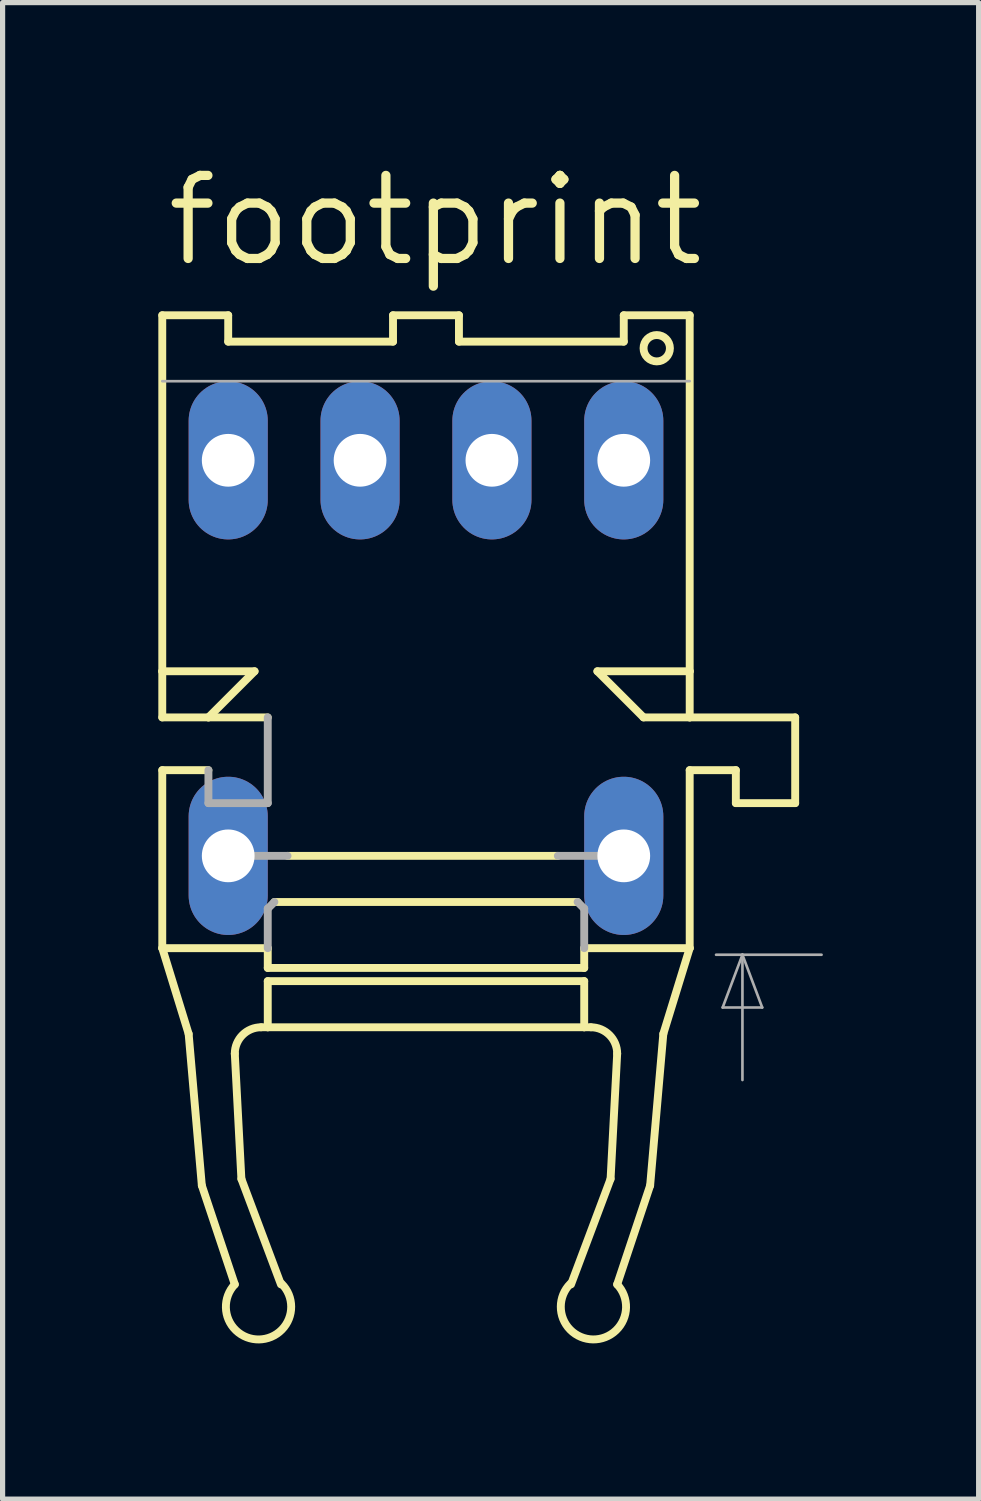
<source format=kicad_pcb>
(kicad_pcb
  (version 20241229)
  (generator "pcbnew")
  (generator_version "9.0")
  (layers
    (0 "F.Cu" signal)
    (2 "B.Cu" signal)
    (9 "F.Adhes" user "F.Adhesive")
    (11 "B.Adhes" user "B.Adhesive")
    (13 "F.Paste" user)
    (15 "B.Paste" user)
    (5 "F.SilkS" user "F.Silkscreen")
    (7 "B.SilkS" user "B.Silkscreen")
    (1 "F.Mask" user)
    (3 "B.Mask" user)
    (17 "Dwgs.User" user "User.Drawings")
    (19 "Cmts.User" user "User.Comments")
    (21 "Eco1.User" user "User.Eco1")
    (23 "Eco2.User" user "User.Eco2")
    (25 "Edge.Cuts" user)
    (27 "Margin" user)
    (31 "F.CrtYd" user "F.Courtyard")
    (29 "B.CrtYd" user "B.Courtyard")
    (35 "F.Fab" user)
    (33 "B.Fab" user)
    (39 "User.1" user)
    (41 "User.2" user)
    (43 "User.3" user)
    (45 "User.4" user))
  (footprint "footprint"
    (layer "F.Cu")
    (at 5.156 15.342)
    (property "Reference" "footprint" (at -5.08 -13.208 0) (layer "F.SilkS") (effects (font (size 1.6 1.6) (thickness 0.178)) (justify left bottom)))
    (fp_line (start -5.08 -12.319) (end -5.08 -5.461) (stroke (width 0.152) (type solid)) (layer "F.SilkS"))
    (fp_line (start -5.08 -12.319) (end -3.81 -12.319) (stroke (width 0.152) (type solid)) (layer "F.SilkS"))
    (fp_line (start -5.08 -5.461) (end -5.08 -4.572) (stroke (width 0.152) (type solid)) (layer "F.SilkS"))
    (fp_line (start -5.08 -5.461) (end -3.302 -5.461) (stroke (width 0.152) (type solid)) (layer "F.SilkS"))
    (fp_line (start -5.08 -4.572) (end -4.191 -4.572) (stroke (width 0.152) (type solid)) (layer "F.SilkS"))
    (fp_line (start -5.08 -3.556) (end -5.08 -0.127) (stroke (width 0.152) (type solid)) (layer "F.SilkS"))
    (fp_line (start -5.08 -0.127) (end -4.572 1.524) (stroke (width 0.152) (type solid)) (layer "F.SilkS"))
    (fp_line (start -4.572 1.524) (end -4.318 4.445) (stroke (width 0.152) (type solid)) (layer "F.SilkS"))
    (fp_line (start -4.318 4.445) (end -3.683 6.35) (stroke (width 0.152) (type solid)) (layer "F.SilkS"))
    (fp_line (start -4.191 -4.572) (end -3.048 -4.572) (stroke (width 0.152) (type solid)) (layer "F.SilkS"))
    (fp_line (start -4.191 -3.556) (end -5.08 -3.556) (stroke (width 0.152) (type solid)) (layer "F.SilkS"))
    (fp_line (start -3.81 -11.811) (end -3.81 -12.319) (stroke (width 0.152) (type solid)) (layer "F.SilkS"))
    (fp_line (start -3.81 -11.811) (end -0.635 -11.811) (stroke (width 0.152) (type solid)) (layer "F.SilkS"))
    (fp_line (start -3.556 4.318) (end -3.683 1.905) (stroke (width 0.152) (type solid)) (layer "F.SilkS"))
    (fp_line (start -3.302 -5.461) (end -4.191 -4.572) (stroke (width 0.152) (type solid)) (layer "F.SilkS"))
    (fp_line (start -3.048 -0.127) (end -5.08 -0.127) (stroke (width 0.152) (type solid)) (layer "F.SilkS"))
    (fp_line (start -3.048 -0.127) (end -3.048 0.254) (stroke (width 0.152) (type solid)) (layer "F.SilkS"))
    (fp_line (start -3.048 0.508) (end 3.048 0.508) (stroke (width 0.152) (type solid)) (layer "F.SilkS"))
    (fp_line (start -3.048 1.397) (end -3.175 1.397) (stroke (width 0.152) (type solid)) (layer "F.SilkS"))
    (fp_line (start -3.048 1.397) (end -3.048 0.508) (stroke (width 0.152) (type solid)) (layer "F.SilkS"))
    (fp_line (start -2.921 -1.016) (end 2.921 -1.016) (stroke (width 0.152) (type solid)) (layer "F.SilkS"))
    (fp_line (start -2.794 6.35) (end -3.556 4.318) (stroke (width 0.152) (type solid)) (layer "F.SilkS"))
    (fp_line (start -2.667 -1.905) (end 2.54 -1.905) (stroke (width 0.152) (type solid)) (layer "F.SilkS"))
    (fp_line (start -0.635 -12.319) (end -0.635 -11.811) (stroke (width 0.152) (type solid)) (layer "F.SilkS"))
    (fp_line (start -0.635 -12.319) (end 0.635 -12.319) (stroke (width 0.152) (type solid)) (layer "F.SilkS"))
    (fp_line (start 0.635 -12.319) (end 0.635 -11.811) (stroke (width 0.152) (type solid)) (layer "F.SilkS"))
    (fp_line (start 0.635 -11.811) (end 3.81 -11.811) (stroke (width 0.152) (type solid)) (layer "F.SilkS"))
    (fp_line (start 2.794 6.35) (end 3.556 4.318) (stroke (width 0.152) (type solid)) (layer "F.SilkS"))
    (fp_line (start 3.048 0.254) (end -3.048 0.254) (stroke (width 0.152) (type solid)) (layer "F.SilkS"))
    (fp_line (start 3.048 0.254) (end 3.048 -0.127) (stroke (width 0.152) (type solid)) (layer "F.SilkS"))
    (fp_line (start 3.048 0.508) (end 3.048 1.397) (stroke (width 0.152) (type solid)) (layer "F.SilkS"))
    (fp_line (start 3.048 1.397) (end -3.048 1.397) (stroke (width 0.152) (type solid)) (layer "F.SilkS"))
    (fp_line (start 3.048 1.397) (end 3.175 1.397) (stroke (width 0.152) (type solid)) (layer "F.SilkS"))
    (fp_line (start 3.302 -5.461) (end 4.191 -4.572) (stroke (width 0.152) (type solid)) (layer "F.SilkS"))
    (fp_line (start 3.302 -5.461) (end 5.08 -5.461) (stroke (width 0.152) (type solid)) (layer "F.SilkS"))
    (fp_line (start 3.556 4.318) (end 3.683 1.905) (stroke (width 0.152) (type solid)) (layer "F.SilkS"))
    (fp_line (start 3.81 -12.319) (end 5.08 -12.319) (stroke (width 0.152) (type solid)) (layer "F.SilkS"))
    (fp_line (start 3.81 -11.811) (end 3.81 -12.319) (stroke (width 0.152) (type solid)) (layer "F.SilkS"))
    (fp_line (start 4.318 4.445) (end 3.683 6.35) (stroke (width 0.152) (type solid)) (layer "F.SilkS"))
    (fp_line (start 4.572 1.524) (end 4.318 4.445) (stroke (width 0.152) (type solid)) (layer "F.SilkS"))
    (fp_line (start 5.08 -12.319) (end 5.08 -5.461) (stroke (width 0.152) (type solid)) (layer "F.SilkS"))
    (fp_line (start 5.08 -5.461) (end 5.08 -4.572) (stroke (width 0.152) (type solid)) (layer "F.SilkS"))
    (fp_line (start 5.08 -4.572) (end 4.191 -4.572) (stroke (width 0.152) (type solid)) (layer "F.SilkS"))
    (fp_line (start 5.08 -3.556) (end 5.08 -0.127) (stroke (width 0.152) (type solid)) (layer "F.SilkS"))
    (fp_line (start 5.08 -0.127) (end 3.048 -0.127) (stroke (width 0.152) (type solid)) (layer "F.SilkS"))
    (fp_line (start 5.08 -0.127) (end 4.572 1.524) (stroke (width 0.152) (type solid)) (layer "F.SilkS"))
    (fp_line (start 5.969 -3.556) (end 5.08 -3.556) (stroke (width 0.152) (type solid)) (layer "F.SilkS"))
    (fp_line (start 5.969 -2.921) (end 5.969 -3.556) (stroke (width 0.152) (type solid)) (layer "F.SilkS"))
    (fp_line (start 7.112 -4.572) (end 5.08 -4.572) (stroke (width 0.152) (type solid)) (layer "F.SilkS"))
    (fp_line (start 7.112 -2.921) (end 5.969 -2.921) (stroke (width 0.152) (type solid)) (layer "F.SilkS"))
    (fp_line (start 7.112 -2.921) (end 7.112 -4.572) (stroke (width 0.152) (type solid)) (layer "F.SilkS"))
    (fp_arc (start -3.683 1.905) (mid -3.53421 1.54579) (end -3.175 1.397) (stroke (width 0.1524) (type solid)) (layer "F.SilkS"))
    (fp_arc (start -2.781001 6.336999) (mid -3.216618 7.410692) (end -3.683 6.35) (stroke (width 0.1524) (type solid)) (layer "F.SilkS"))
    (fp_arc (start 3.175 1.397) (mid 3.53421 1.54579) (end 3.683 1.905) (stroke (width 0.1524) (type solid)) (layer "F.SilkS"))
    (fp_arc (start 3.682798 6.350199) (mid 3.216451 7.41048) (end 2.7811 6.3371) (stroke (width 0.1524) (type solid)) (layer "F.SilkS"))
    (fp_circle (center 4.445 -11.684) (end 4.699 -11.684) (stroke (width 0.152) (type solid)) (fill no) (layer "F.SilkS"))
    (fp_line (start -5.08 -11.049) (end 5.08 -11.049) (stroke (width 0.051) (type solid)) (layer "F.Fab"))
    (fp_line (start -4.191 -2.921) (end -4.191 -3.556) (stroke (width 0.152) (type solid)) (layer "F.Fab"))
    (fp_line (start -4.191 -1.905) (end -2.667 -1.905) (stroke (width 0.152) (type solid)) (layer "F.Fab"))
    (fp_line (start -3.048 -2.921) (end -4.191 -2.921) (stroke (width 0.152) (type solid)) (layer "F.Fab"))
    (fp_line (start -3.048 -2.921) (end -3.048 -4.572) (stroke (width 0.152) (type solid)) (layer "F.Fab"))
    (fp_line (start -3.048 -0.889) (end -2.921 -1.016) (stroke (width 0.152) (type solid)) (layer "F.Fab"))
    (fp_line (start -3.048 -0.127) (end -3.048 -0.889) (stroke (width 0.152) (type solid)) (layer "F.Fab"))
    (fp_line (start 2.54 -1.905) (end 4.191 -1.905) (stroke (width 0.152) (type solid)) (layer "F.Fab"))
    (fp_line (start 2.921 -1.016) (end 3.048 -0.889) (stroke (width 0.152) (type solid)) (layer "F.Fab"))
    (fp_line (start 3.048 -0.889) (end 3.048 -0.127) (stroke (width 0.152) (type solid)) (layer "F.Fab"))
    (fp_line (start 5.715 1.016) (end 6.477 1.016) (stroke (width 0.051) (type solid)) (layer "F.Fab"))
    (fp_line (start 6.096 0) (end 5.588 0) (stroke (width 0.051) (type solid)) (layer "F.Fab"))
    (fp_line (start 6.096 0) (end 5.715 1.016) (stroke (width 0.051) (type solid)) (layer "F.Fab"))
    (fp_line (start 6.096 0) (end 6.096 2.413) (stroke (width 0.051) (type solid)) (layer "F.Fab"))
    (fp_line (start 6.477 1.016) (end 6.096 0) (stroke (width 0.051) (type solid)) (layer "F.Fab"))
    (fp_line (start 7.62 0) (end 6.096 0) (stroke (width 0.051) (type solid)) (layer "F.Fab"))
    (pad "1" thru_hole oval (at 3.81 -9.525 90) (size 3.048 1.524) (drill 1.016) (layers "*.Cu" "*.Mask"))
    (pad "2" thru_hole oval (at 1.27 -9.525 90) (size 3.048 1.524) (drill 1.016) (layers "*.Cu" "*.Mask"))
    (pad "3" thru_hole oval (at -1.27 -9.525 90) (size 3.048 1.524) (drill 1.016) (layers "*.Cu" "*.Mask"))
    (pad "4" thru_hole oval (at -3.81 -9.525 90) (size 3.048 1.524) (drill 1.016) (layers "*.Cu" "*.Mask"))
    (pad "5" thru_hole oval (at -3.81 -1.905 90) (size 3.048 1.524) (drill 1.016) (layers "*.Cu" "*.Mask"))
    (pad "8" thru_hole oval (at 3.81 -1.905 90) (size 3.048 1.524) (drill 1.016) (layers "*.Cu" "*.Mask")))
  (gr_rect
    (start -3 -3)
    (end 15.802 25.829)
    (stroke (width 0.1) (type default))
    (fill no)
    (layer "Edge.Cuts")))
</source>
